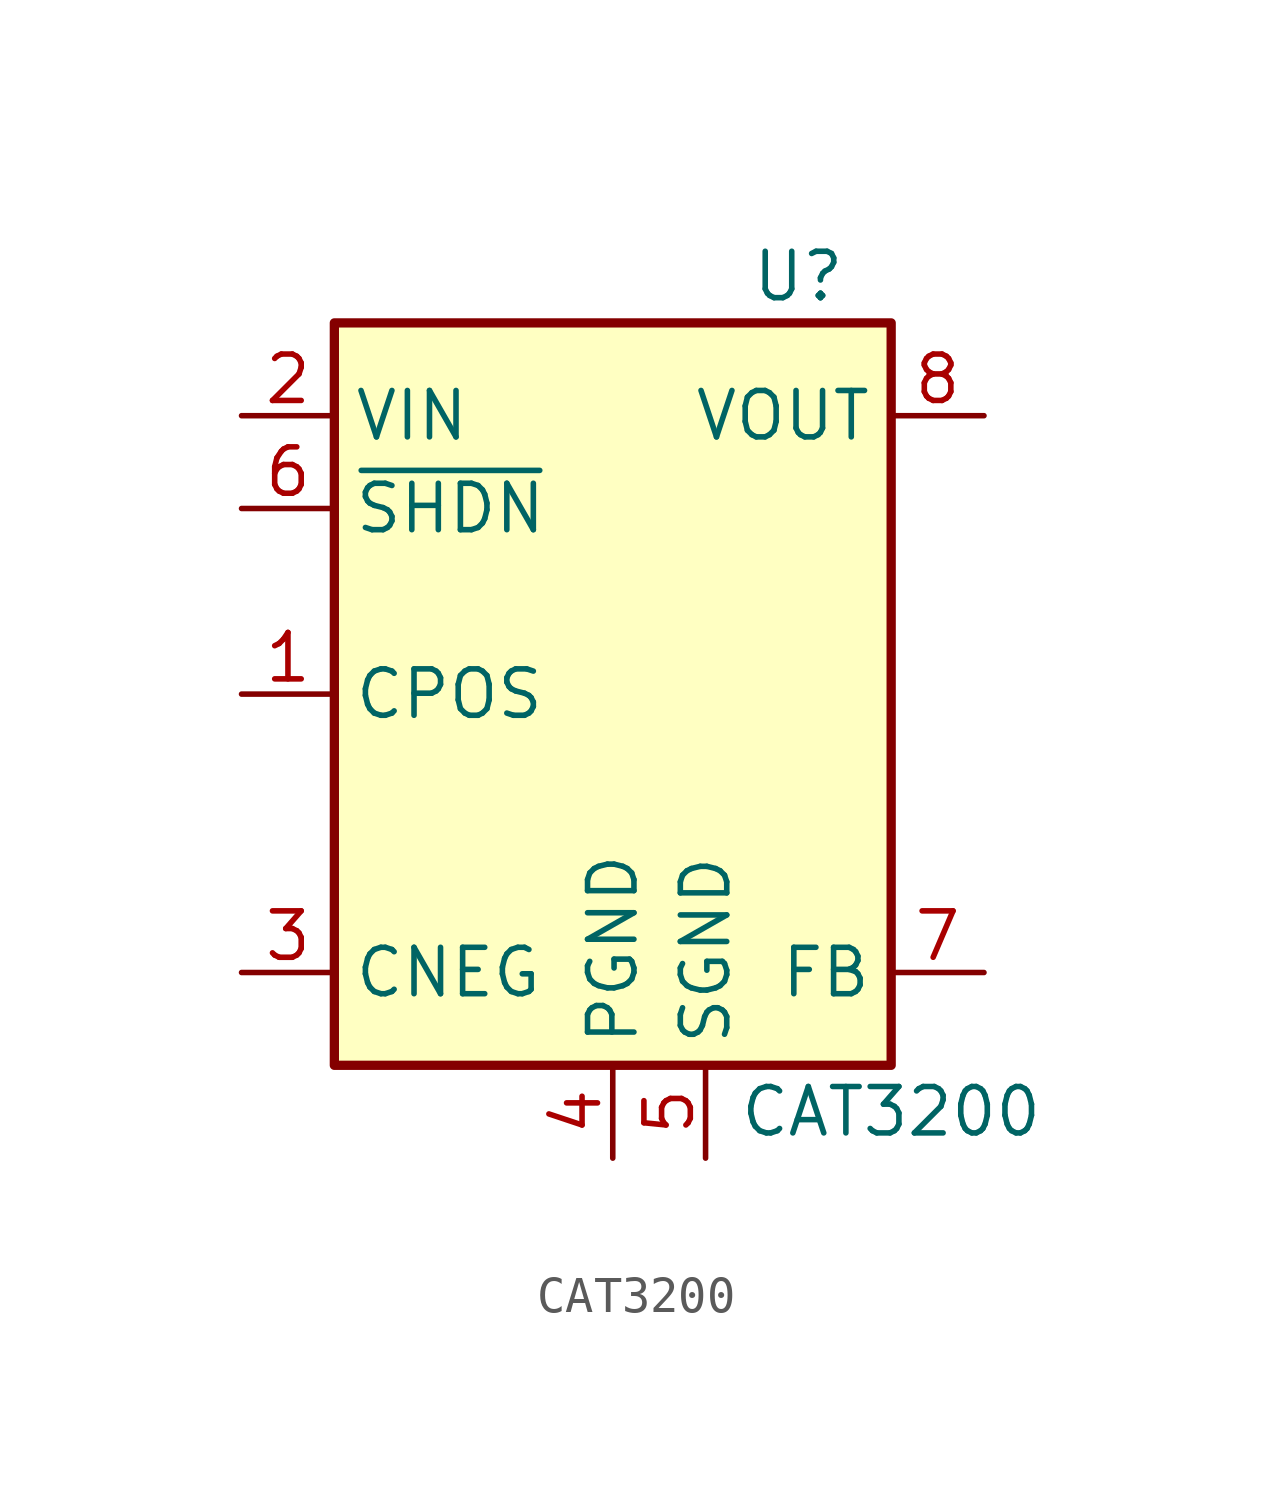
<source format=kicad_sym>
(kicad_symbol_lib
  (version 20220914)
  (generator kicad_symbol_editor)
  (symbol "CAT3200"
    (property "Reference" "U"
      (at 5.08 11.43 0)
      (effects (font (size 1.27 1.27))))
    (property "Value" "CAT3200"
      (at 7.62 -11.43 0)
      (effects (font (size 1.27 1.27))))
    (symbol "CAT3200_0_1"
      (rectangle (start -7.62 10.16) (end 7.62 -10.16) (stroke (width 0.254) (type default)) (fill (type background))))
    (symbol "CAT3200_1_1"
      (pin passive line (at -10.16 0 0) (length 2.54) (name "CPOS" (effects (font (size 1.27 1.27)))) (number "1" (effects (font (size 1.27 1.27)))))
      (pin power_in line (at -10.16 7.62 0) (length 2.54) (name "VIN" (effects (font (size 1.27 1.27)))) (number "2" (effects (font (size 1.27 1.27)))))
      (pin passive line (at -10.16 -7.62 0) (length 2.54) (name "CNEG" (effects (font (size 1.27 1.27)))) (number "3" (effects (font (size 1.27 1.27)))))
      (pin power_in line (at 0 -12.7 90) (length 2.54) (name "PGND" (effects (font (size 1.27 1.27)))) (number "4" (effects (font (size 1.27 1.27)))))
      (pin power_in line (at 2.54 -12.7 90) (length 2.54) (name "SGND" (effects (font (size 1.27 1.27)))) (number "5" (effects (font (size 1.27 1.27)))))
      (pin input line (at -10.16 5.08 0) (length 2.54) (name "~{SHDN}" (effects (font (size 1.27 1.27)))) (number "6" (effects (font (size 1.27 1.27)))))
      (pin input line (at 10.16 -7.62 180) (length 2.54) (name "FB" (effects (font (size 1.27 1.27)))) (number "7" (effects (font (size 1.27 1.27)))))
      (pin power_out line (at 10.16 7.62 180) (length 2.54) (name "VOUT" (effects (font (size 1.27 1.27)))) (number "8" (effects (font (size 1.27 1.27))))))))
</source>
